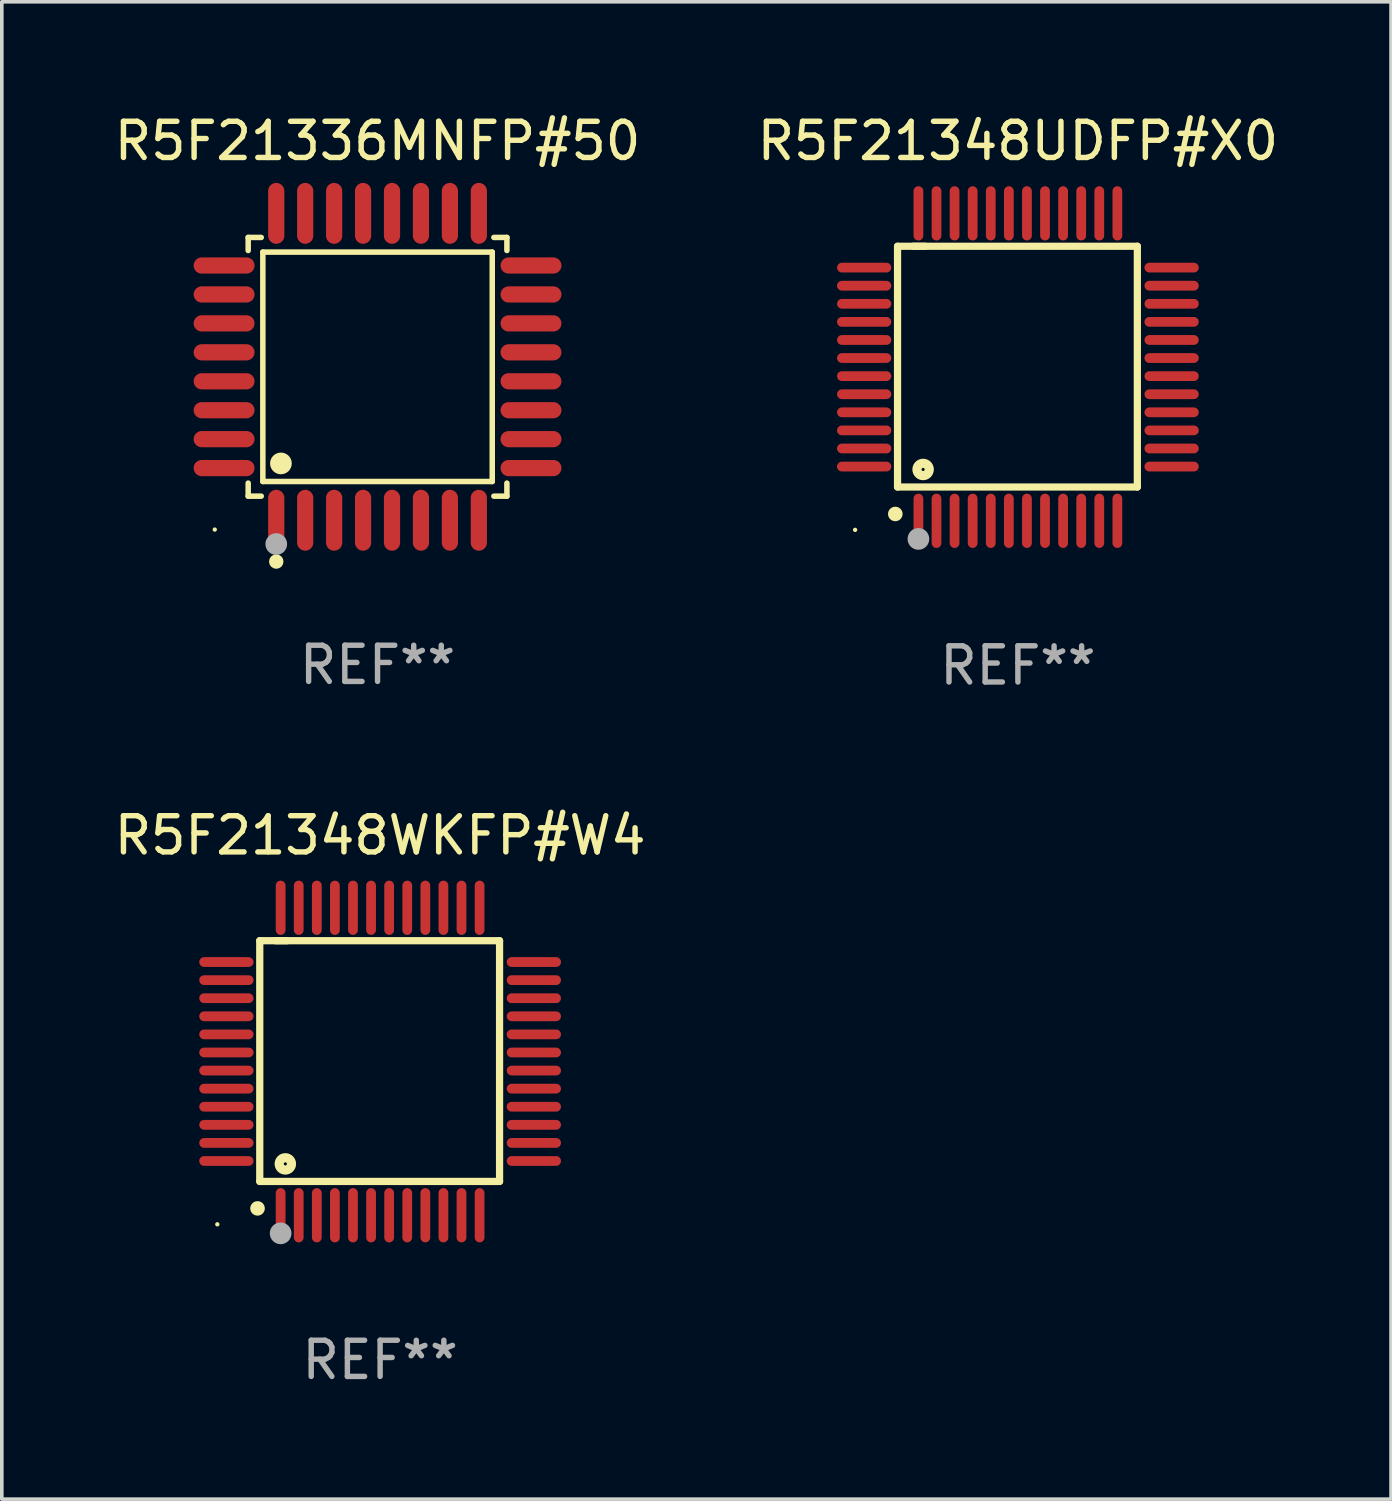
<source format=kicad_pcb>
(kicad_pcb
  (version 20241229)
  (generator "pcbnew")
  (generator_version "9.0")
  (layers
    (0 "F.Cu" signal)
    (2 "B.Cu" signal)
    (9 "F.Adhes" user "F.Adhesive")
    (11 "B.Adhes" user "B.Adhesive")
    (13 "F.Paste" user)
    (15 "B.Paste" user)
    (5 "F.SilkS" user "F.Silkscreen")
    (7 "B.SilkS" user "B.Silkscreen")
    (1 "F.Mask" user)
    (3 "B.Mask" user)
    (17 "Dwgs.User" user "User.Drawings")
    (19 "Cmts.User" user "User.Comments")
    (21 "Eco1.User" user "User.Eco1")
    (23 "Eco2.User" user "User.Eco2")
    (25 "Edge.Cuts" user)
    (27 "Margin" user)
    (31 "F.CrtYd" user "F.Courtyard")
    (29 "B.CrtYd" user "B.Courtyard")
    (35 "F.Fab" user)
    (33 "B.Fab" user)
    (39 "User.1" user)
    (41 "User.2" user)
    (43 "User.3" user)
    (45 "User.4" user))
  (footprint "R5F21348WKFP#W4"
    (layer "F.Cu")
    (at 7.458 26.295)
    (property "Reference" "R5F21348WKFP#W4" (at 0 -6.25 0) (layer "F.SilkS") (effects (font (size 1 1) (thickness 0.15))))
    (attr through_hole)
    (fp_line (start -3.327 -3.34) (end -2.565 -3.34) (stroke (width 0.2) (type solid)) (layer "F.SilkS"))
    (fp_line (start -3.327 3.315) (end -3.327 -3.34) (stroke (width 0.2) (type solid)) (layer "F.SilkS"))
    (fp_line (start -2.896 -3.34) (end 3.302 -3.34) (stroke (width 0.2) (type solid)) (layer "F.SilkS"))
    (fp_line (start 3.302 -3.34) (end 3.302 3.315) (stroke (width 0.2) (type solid)) (layer "F.SilkS"))
    (fp_line (start 3.302 3.315) (end -3.327 3.315) (stroke (width 0.2) (type solid)) (layer "F.SilkS"))
    (fp_arc (start -3.389992 4.059995) (mid -3.388722 4.059991) (end -3.387452 4.059995) (stroke (width 0.4) (type solid)) (layer "F.SilkS"))
    (fp_circle (center -4.5 4.5) (end -4.47 4.5) (stroke (width 0.06) (type solid)) (fill no) (layer "F.SilkS"))
    (fp_circle (center -2.62 2.83) (end -2.45 2.83) (stroke (width 0.254) (type solid)) (fill no) (layer "F.SilkS"))
    (fp_circle (center -2.75 4.75) (end -2.6 4.75) (stroke (width 0.3) (type solid)) (fill no) (layer "F.Fab"))
    (fp_text user "REF**" (at 0 8.25 0) (layer "F.Fab") (effects (font (size 1 1) (thickness 0.15))))
    (pad "1" smd oval (at -2.75 4.25) (size 0.27 1.5) (layers "F.Cu" "F.Mask" "F.Paste"))
    (pad "2" smd oval (at -2.25 4.25) (size 0.27 1.5) (layers "F.Cu" "F.Mask" "F.Paste"))
    (pad "3" smd oval (at -1.75 4.25) (size 0.27 1.5) (layers "F.Cu" "F.Mask" "F.Paste"))
    (pad "4" smd oval (at -1.25 4.25) (size 0.27 1.5) (layers "F.Cu" "F.Mask" "F.Paste"))
    (pad "5" smd oval (at -0.75 4.25) (size 0.27 1.5) (layers "F.Cu" "F.Mask" "F.Paste"))
    (pad "6" smd oval (at -0.25 4.25) (size 0.27 1.5) (layers "F.Cu" "F.Mask" "F.Paste"))
    (pad "7" smd oval (at 0.25 4.25) (size 0.27 1.5) (layers "F.Cu" "F.Mask" "F.Paste"))
    (pad "8" smd oval (at 0.75 4.25) (size 0.27 1.5) (layers "F.Cu" "F.Mask" "F.Paste"))
    (pad "9" smd oval (at 1.25 4.25) (size 0.27 1.5) (layers "F.Cu" "F.Mask" "F.Paste"))
    (pad "10" smd oval (at 1.75 4.25) (size 0.27 1.5) (layers "F.Cu" "F.Mask" "F.Paste"))
    (pad "11" smd oval (at 2.25 4.25) (size 0.27 1.5) (layers "F.Cu" "F.Mask" "F.Paste"))
    (pad "12" smd oval (at 2.75 4.25) (size 0.27 1.5) (layers "F.Cu" "F.Mask" "F.Paste"))
    (pad "13" smd oval (at 4.25 2.75) (size 1.5 0.27) (layers "F.Cu" "F.Mask" "F.Paste"))
    (pad "14" smd oval (at 4.25 2.25) (size 1.5 0.27) (layers "F.Cu" "F.Mask" "F.Paste"))
    (pad "15" smd oval (at 4.25 1.75) (size 1.5 0.27) (layers "F.Cu" "F.Mask" "F.Paste"))
    (pad "16" smd oval (at 4.25 1.25) (size 1.5 0.27) (layers "F.Cu" "F.Mask" "F.Paste"))
    (pad "17" smd oval (at 4.25 0.75) (size 1.5 0.27) (layers "F.Cu" "F.Mask" "F.Paste"))
    (pad "18" smd oval (at 4.25 0.25) (size 1.5 0.27) (layers "F.Cu" "F.Mask" "F.Paste"))
    (pad "19" smd oval (at 4.25 -0.25) (size 1.5 0.27) (layers "F.Cu" "F.Mask" "F.Paste"))
    (pad "20" smd oval (at 4.25 -0.75) (size 1.5 0.27) (layers "F.Cu" "F.Mask" "F.Paste"))
    (pad "21" smd oval (at 4.25 -1.25) (size 1.5 0.27) (layers "F.Cu" "F.Mask" "F.Paste"))
    (pad "22" smd oval (at 4.25 -1.75) (size 1.5 0.27) (layers "F.Cu" "F.Mask" "F.Paste"))
    (pad "23" smd oval (at 4.25 -2.25) (size 1.5 0.27) (layers "F.Cu" "F.Mask" "F.Paste"))
    (pad "24" smd oval (at 4.25 -2.75) (size 1.5 0.27) (layers "F.Cu" "F.Mask" "F.Paste"))
    (pad "25" smd oval (at 2.75 -4.25) (size 0.27 1.5) (layers "F.Cu" "F.Mask" "F.Paste"))
    (pad "26" smd oval (at 2.25 -4.25) (size 0.27 1.5) (layers "F.Cu" "F.Mask" "F.Paste"))
    (pad "27" smd oval (at 1.75 -4.25) (size 0.27 1.5) (layers "F.Cu" "F.Mask" "F.Paste"))
    (pad "28" smd oval (at 1.25 -4.25) (size 0.27 1.5) (layers "F.Cu" "F.Mask" "F.Paste"))
    (pad "29" smd oval (at 0.75 -4.25) (size 0.27 1.5) (layers "F.Cu" "F.Mask" "F.Paste"))
    (pad "30" smd oval (at 0.25 -4.25) (size 0.27 1.5) (layers "F.Cu" "F.Mask" "F.Paste"))
    (pad "31" smd oval (at -0.25 -4.25) (size 0.27 1.5) (layers "F.Cu" "F.Mask" "F.Paste"))
    (pad "32" smd oval (at -0.75 -4.25) (size 0.27 1.5) (layers "F.Cu" "F.Mask" "F.Paste"))
    (pad "33" smd oval (at -1.25 -4.25) (size 0.27 1.5) (layers "F.Cu" "F.Mask" "F.Paste"))
    (pad "34" smd oval (at -1.75 -4.25) (size 0.27 1.5) (layers "F.Cu" "F.Mask" "F.Paste"))
    (pad "35" smd oval (at -2.25 -4.25) (size 0.27 1.5) (layers "F.Cu" "F.Mask" "F.Paste"))
    (pad "36" smd oval (at -2.75 -4.25) (size 0.27 1.5) (layers "F.Cu" "F.Mask" "F.Paste"))
    (pad "37" smd oval (at -4.25 -2.75) (size 1.5 0.27) (layers "F.Cu" "F.Mask" "F.Paste"))
    (pad "38" smd oval (at -4.25 -2.25) (size 1.5 0.27) (layers "F.Cu" "F.Mask" "F.Paste"))
    (pad "39" smd oval (at -4.25 -1.75) (size 1.5 0.27) (layers "F.Cu" "F.Mask" "F.Paste"))
    (pad "40" smd oval (at -4.25 -1.25) (size 1.5 0.27) (layers "F.Cu" "F.Mask" "F.Paste"))
    (pad "41" smd oval (at -4.25 -0.75) (size 1.5 0.27) (layers "F.Cu" "F.Mask" "F.Paste"))
    (pad "42" smd oval (at -4.25 -0.25) (size 1.5 0.27) (layers "F.Cu" "F.Mask" "F.Paste"))
    (pad "43" smd oval (at -4.25 0.25) (size 1.5 0.27) (layers "F.Cu" "F.Mask" "F.Paste"))
    (pad "44" smd oval (at -4.25 0.75) (size 1.5 0.27) (layers "F.Cu" "F.Mask" "F.Paste"))
    (pad "45" smd oval (at -4.25 1.25) (size 1.5 0.27) (layers "F.Cu" "F.Mask" "F.Paste"))
    (pad "46" smd oval (at -4.25 1.75) (size 1.5 0.27) (layers "F.Cu" "F.Mask" "F.Paste"))
    (pad "47" smd oval (at -4.25 2.25) (size 1.5 0.27) (layers "F.Cu" "F.Mask" "F.Paste"))
    (pad "48" smd oval (at -4.25 2.75) (size 1.5 0.27) (layers "F.Cu" "F.Mask" "F.Paste")))
  (footprint "R5F21348UDFP#X0"
    (layer "F.Cu")
    (at 25.089 7.098)
    (property "Reference" "R5F21348UDFP#X0" (at 0 -6.25 0) (layer "F.SilkS") (effects (font (size 1 1) (thickness 0.15))))
    (attr through_hole)
    (fp_line (start -3.327 -3.34) (end -2.565 -3.34) (stroke (width 0.2) (type solid)) (layer "F.SilkS"))
    (fp_line (start -3.327 3.315) (end -3.327 -3.34) (stroke (width 0.2) (type solid)) (layer "F.SilkS"))
    (fp_line (start -2.896 -3.34) (end 3.302 -3.34) (stroke (width 0.2) (type solid)) (layer "F.SilkS"))
    (fp_line (start 3.302 -3.34) (end 3.302 3.315) (stroke (width 0.2) (type solid)) (layer "F.SilkS"))
    (fp_line (start 3.302 3.315) (end -3.327 3.315) (stroke (width 0.2) (type solid)) (layer "F.SilkS"))
    (fp_arc (start -3.389992 4.059995) (mid -3.388722 4.059991) (end -3.387452 4.059995) (stroke (width 0.4) (type solid)) (layer "F.SilkS"))
    (fp_circle (center -4.5 4.5) (end -4.47 4.5) (stroke (width 0.06) (type solid)) (fill no) (layer "F.SilkS"))
    (fp_circle (center -2.62 2.83) (end -2.45 2.83) (stroke (width 0.254) (type solid)) (fill no) (layer "F.SilkS"))
    (fp_circle (center -2.75 4.75) (end -2.6 4.75) (stroke (width 0.3) (type solid)) (fill no) (layer "F.Fab"))
    (fp_text user "REF**" (at 0 8.25 0) (layer "F.Fab") (effects (font (size 1 1) (thickness 0.15))))
    (pad "1" smd oval (at -2.75 4.25) (size 0.27 1.5) (layers "F.Cu" "F.Mask" "F.Paste"))
    (pad "2" smd oval (at -2.25 4.25) (size 0.27 1.5) (layers "F.Cu" "F.Mask" "F.Paste"))
    (pad "3" smd oval (at -1.75 4.25) (size 0.27 1.5) (layers "F.Cu" "F.Mask" "F.Paste"))
    (pad "4" smd oval (at -1.25 4.25) (size 0.27 1.5) (layers "F.Cu" "F.Mask" "F.Paste"))
    (pad "5" smd oval (at -0.75 4.25) (size 0.27 1.5) (layers "F.Cu" "F.Mask" "F.Paste"))
    (pad "6" smd oval (at -0.25 4.25) (size 0.27 1.5) (layers "F.Cu" "F.Mask" "F.Paste"))
    (pad "7" smd oval (at 0.25 4.25) (size 0.27 1.5) (layers "F.Cu" "F.Mask" "F.Paste"))
    (pad "8" smd oval (at 0.75 4.25) (size 0.27 1.5) (layers "F.Cu" "F.Mask" "F.Paste"))
    (pad "9" smd oval (at 1.25 4.25) (size 0.27 1.5) (layers "F.Cu" "F.Mask" "F.Paste"))
    (pad "10" smd oval (at 1.75 4.25) (size 0.27 1.5) (layers "F.Cu" "F.Mask" "F.Paste"))
    (pad "11" smd oval (at 2.25 4.25) (size 0.27 1.5) (layers "F.Cu" "F.Mask" "F.Paste"))
    (pad "12" smd oval (at 2.75 4.25) (size 0.27 1.5) (layers "F.Cu" "F.Mask" "F.Paste"))
    (pad "13" smd oval (at 4.25 2.75) (size 1.5 0.27) (layers "F.Cu" "F.Mask" "F.Paste"))
    (pad "14" smd oval (at 4.25 2.25) (size 1.5 0.27) (layers "F.Cu" "F.Mask" "F.Paste"))
    (pad "15" smd oval (at 4.25 1.75) (size 1.5 0.27) (layers "F.Cu" "F.Mask" "F.Paste"))
    (pad "16" smd oval (at 4.25 1.25) (size 1.5 0.27) (layers "F.Cu" "F.Mask" "F.Paste"))
    (pad "17" smd oval (at 4.25 0.75) (size 1.5 0.27) (layers "F.Cu" "F.Mask" "F.Paste"))
    (pad "18" smd oval (at 4.25 0.25) (size 1.5 0.27) (layers "F.Cu" "F.Mask" "F.Paste"))
    (pad "19" smd oval (at 4.25 -0.25) (size 1.5 0.27) (layers "F.Cu" "F.Mask" "F.Paste"))
    (pad "20" smd oval (at 4.25 -0.75) (size 1.5 0.27) (layers "F.Cu" "F.Mask" "F.Paste"))
    (pad "21" smd oval (at 4.25 -1.25) (size 1.5 0.27) (layers "F.Cu" "F.Mask" "F.Paste"))
    (pad "22" smd oval (at 4.25 -1.75) (size 1.5 0.27) (layers "F.Cu" "F.Mask" "F.Paste"))
    (pad "23" smd oval (at 4.25 -2.25) (size 1.5 0.27) (layers "F.Cu" "F.Mask" "F.Paste"))
    (pad "24" smd oval (at 4.25 -2.75) (size 1.5 0.27) (layers "F.Cu" "F.Mask" "F.Paste"))
    (pad "25" smd oval (at 2.75 -4.25) (size 0.27 1.5) (layers "F.Cu" "F.Mask" "F.Paste"))
    (pad "26" smd oval (at 2.25 -4.25) (size 0.27 1.5) (layers "F.Cu" "F.Mask" "F.Paste"))
    (pad "27" smd oval (at 1.75 -4.25) (size 0.27 1.5) (layers "F.Cu" "F.Mask" "F.Paste"))
    (pad "28" smd oval (at 1.25 -4.25) (size 0.27 1.5) (layers "F.Cu" "F.Mask" "F.Paste"))
    (pad "29" smd oval (at 0.75 -4.25) (size 0.27 1.5) (layers "F.Cu" "F.Mask" "F.Paste"))
    (pad "30" smd oval (at 0.25 -4.25) (size 0.27 1.5) (layers "F.Cu" "F.Mask" "F.Paste"))
    (pad "31" smd oval (at -0.25 -4.25) (size 0.27 1.5) (layers "F.Cu" "F.Mask" "F.Paste"))
    (pad "32" smd oval (at -0.75 -4.25) (size 0.27 1.5) (layers "F.Cu" "F.Mask" "F.Paste"))
    (pad "33" smd oval (at -1.25 -4.25) (size 0.27 1.5) (layers "F.Cu" "F.Mask" "F.Paste"))
    (pad "34" smd oval (at -1.75 -4.25) (size 0.27 1.5) (layers "F.Cu" "F.Mask" "F.Paste"))
    (pad "35" smd oval (at -2.25 -4.25) (size 0.27 1.5) (layers "F.Cu" "F.Mask" "F.Paste"))
    (pad "36" smd oval (at -2.75 -4.25) (size 0.27 1.5) (layers "F.Cu" "F.Mask" "F.Paste"))
    (pad "37" smd oval (at -4.25 -2.75) (size 1.5 0.27) (layers "F.Cu" "F.Mask" "F.Paste"))
    (pad "38" smd oval (at -4.25 -2.25) (size 1.5 0.27) (layers "F.Cu" "F.Mask" "F.Paste"))
    (pad "39" smd oval (at -4.25 -1.75) (size 1.5 0.27) (layers "F.Cu" "F.Mask" "F.Paste"))
    (pad "40" smd oval (at -4.25 -1.25) (size 1.5 0.27) (layers "F.Cu" "F.Mask" "F.Paste"))
    (pad "41" smd oval (at -4.25 -0.75) (size 1.5 0.27) (layers "F.Cu" "F.Mask" "F.Paste"))
    (pad "42" smd oval (at -4.25 -0.25) (size 1.5 0.27) (layers "F.Cu" "F.Mask" "F.Paste"))
    (pad "43" smd oval (at -4.25 0.25) (size 1.5 0.27) (layers "F.Cu" "F.Mask" "F.Paste"))
    (pad "44" smd oval (at -4.25 0.75) (size 1.5 0.27) (layers "F.Cu" "F.Mask" "F.Paste"))
    (pad "45" smd oval (at -4.25 1.25) (size 1.5 0.27) (layers "F.Cu" "F.Mask" "F.Paste"))
    (pad "46" smd oval (at -4.25 1.75) (size 1.5 0.27) (layers "F.Cu" "F.Mask" "F.Paste"))
    (pad "47" smd oval (at -4.25 2.25) (size 1.5 0.27) (layers "F.Cu" "F.Mask" "F.Paste"))
    (pad "48" smd oval (at -4.25 2.75) (size 1.5 0.27) (layers "F.Cu" "F.Mask" "F.Paste")))
  (footprint "R5F21336MNFP#50"
    (layer "F.Cu")
    (at 7.387 7.09)
    (property "Reference" "R5F21336MNFP#50" (at 0 -6.242 0) (layer "F.SilkS") (effects (font (size 1 1) (thickness 0.15))))
    (attr through_hole)
    (fp_line (start -3.576 -3.576) (end -3.215 -3.576) (stroke (width 0.152) (type solid)) (layer "F.SilkS"))
    (fp_line (start -3.576 -3.215) (end -3.576 -3.576) (stroke (width 0.152) (type solid)) (layer "F.SilkS"))
    (fp_line (start -3.576 3.215) (end -3.576 3.576) (stroke (width 0.152) (type solid)) (layer "F.SilkS"))
    (fp_line (start -3.576 3.576) (end -3.215 3.576) (stroke (width 0.152) (type solid)) (layer "F.SilkS"))
    (fp_line (start -3.171 -3.171) (end 3.171 -3.171) (stroke (width 0.152) (type solid)) (layer "F.SilkS"))
    (fp_line (start -3.171 3.171) (end -3.171 -3.171) (stroke (width 0.152) (type solid)) (layer "F.SilkS"))
    (fp_line (start 3.171 -3.171) (end 3.171 3.171) (stroke (width 0.152) (type solid)) (layer "F.SilkS"))
    (fp_line (start 3.171 3.171) (end -3.171 3.171) (stroke (width 0.152) (type solid)) (layer "F.SilkS"))
    (fp_line (start 3.576 -3.576) (end 3.215 -3.576) (stroke (width 0.152) (type solid)) (layer "F.SilkS"))
    (fp_line (start 3.576 -3.215) (end 3.576 -3.576) (stroke (width 0.152) (type solid)) (layer "F.SilkS"))
    (fp_line (start 3.576 3.215) (end 3.576 3.576) (stroke (width 0.152) (type solid)) (layer "F.SilkS"))
    (fp_line (start 3.576 3.576) (end 3.215 3.576) (stroke (width 0.152) (type solid)) (layer "F.SilkS"))
    (fp_circle (center -4.5 4.5) (end -4.47 4.5) (stroke (width 0.06) (type solid)) (fill no) (layer "F.SilkS"))
    (fp_circle (center -2.8 5.384) (end -2.7 5.384) (stroke (width 0.2) (type solid)) (fill no) (layer "F.SilkS"))
    (fp_circle (center -2.671 2.671) (end -2.521 2.671) (stroke (width 0.3) (type solid)) (fill no) (layer "F.SilkS"))
    (fp_circle (center -2.8 4.9) (end -2.65 4.9) (stroke (width 0.3) (type solid)) (fill no) (layer "F.Fab"))
    (fp_text user "REF**" (at 0 8.242 0) (layer "F.Fab") (effects (font (size 1 1) (thickness 0.15))))
    (pad "1" smd oval (at -2.8 4.242) (size 0.448 1.684) (layers "F.Cu" "F.Mask" "F.Paste"))
    (pad "2" smd oval (at -2 4.242) (size 0.448 1.684) (layers "F.Cu" "F.Mask" "F.Paste"))
    (pad "3" smd oval (at -1.2 4.242) (size 0.448 1.684) (layers "F.Cu" "F.Mask" "F.Paste"))
    (pad "4" smd oval (at -0.4 4.242) (size 0.448 1.684) (layers "F.Cu" "F.Mask" "F.Paste"))
    (pad "5" smd oval (at 0.4 4.242) (size 0.448 1.684) (layers "F.Cu" "F.Mask" "F.Paste"))
    (pad "6" smd oval (at 1.2 4.242) (size 0.448 1.684) (layers "F.Cu" "F.Mask" "F.Paste"))
    (pad "7" smd oval (at 2 4.242) (size 0.448 1.684) (layers "F.Cu" "F.Mask" "F.Paste"))
    (pad "8" smd oval (at 2.8 4.242) (size 0.448 1.684) (layers "F.Cu" "F.Mask" "F.Paste"))
    (pad "9" smd oval (at 4.242 2.8) (size 1.684 0.448) (layers "F.Cu" "F.Mask" "F.Paste"))
    (pad "10" smd oval (at 4.242 2) (size 1.684 0.448) (layers "F.Cu" "F.Mask" "F.Paste"))
    (pad "11" smd oval (at 4.242 1.2) (size 1.684 0.448) (layers "F.Cu" "F.Mask" "F.Paste"))
    (pad "12" smd oval (at 4.242 0.4) (size 1.684 0.448) (layers "F.Cu" "F.Mask" "F.Paste"))
    (pad "13" smd oval (at 4.242 -0.4) (size 1.684 0.448) (layers "F.Cu" "F.Mask" "F.Paste"))
    (pad "14" smd oval (at 4.242 -1.2) (size 1.684 0.448) (layers "F.Cu" "F.Mask" "F.Paste"))
    (pad "15" smd oval (at 4.242 -2) (size 1.684 0.448) (layers "F.Cu" "F.Mask" "F.Paste"))
    (pad "16" smd oval (at 4.242 -2.8) (size 1.684 0.448) (layers "F.Cu" "F.Mask" "F.Paste"))
    (pad "17" smd oval (at 2.8 -4.242) (size 0.448 1.684) (layers "F.Cu" "F.Mask" "F.Paste"))
    (pad "18" smd oval (at 2 -4.242) (size 0.448 1.684) (layers "F.Cu" "F.Mask" "F.Paste"))
    (pad "19" smd oval (at 1.2 -4.242) (size 0.448 1.684) (layers "F.Cu" "F.Mask" "F.Paste"))
    (pad "20" smd oval (at 0.4 -4.242) (size 0.448 1.684) (layers "F.Cu" "F.Mask" "F.Paste"))
    (pad "21" smd oval (at -0.4 -4.242) (size 0.448 1.684) (layers "F.Cu" "F.Mask" "F.Paste"))
    (pad "22" smd oval (at -1.2 -4.242) (size 0.448 1.684) (layers "F.Cu" "F.Mask" "F.Paste"))
    (pad "23" smd oval (at -2 -4.242) (size 0.448 1.684) (layers "F.Cu" "F.Mask" "F.Paste"))
    (pad "24" smd oval (at -2.8 -4.242) (size 0.448 1.684) (layers "F.Cu" "F.Mask" "F.Paste"))
    (pad "25" smd oval (at -4.242 -2.8) (size 1.684 0.448) (layers "F.Cu" "F.Mask" "F.Paste"))
    (pad "26" smd oval (at -4.242 -2) (size 1.684 0.448) (layers "F.Cu" "F.Mask" "F.Paste"))
    (pad "27" smd oval (at -4.242 -1.2) (size 1.684 0.448) (layers "F.Cu" "F.Mask" "F.Paste"))
    (pad "28" smd oval (at -4.242 -0.4) (size 1.684 0.448) (layers "F.Cu" "F.Mask" "F.Paste"))
    (pad "29" smd oval (at -4.242 0.4) (size 1.684 0.448) (layers "F.Cu" "F.Mask" "F.Paste"))
    (pad "30" smd oval (at -4.242 1.2) (size 1.684 0.448) (layers "F.Cu" "F.Mask" "F.Paste"))
    (pad "31" smd oval (at -4.242 2) (size 1.684 0.448) (layers "F.Cu" "F.Mask" "F.Paste"))
    (pad "32" smd oval (at -4.242 2.8) (size 1.684 0.448) (layers "F.Cu" "F.Mask" "F.Paste")))
  (gr_rect
    (start -3 -3)
    (end 35.405 38.393)
    (stroke (width 0.1) (type default))
    (fill no)
    (layer "Edge.Cuts")))
</source>
